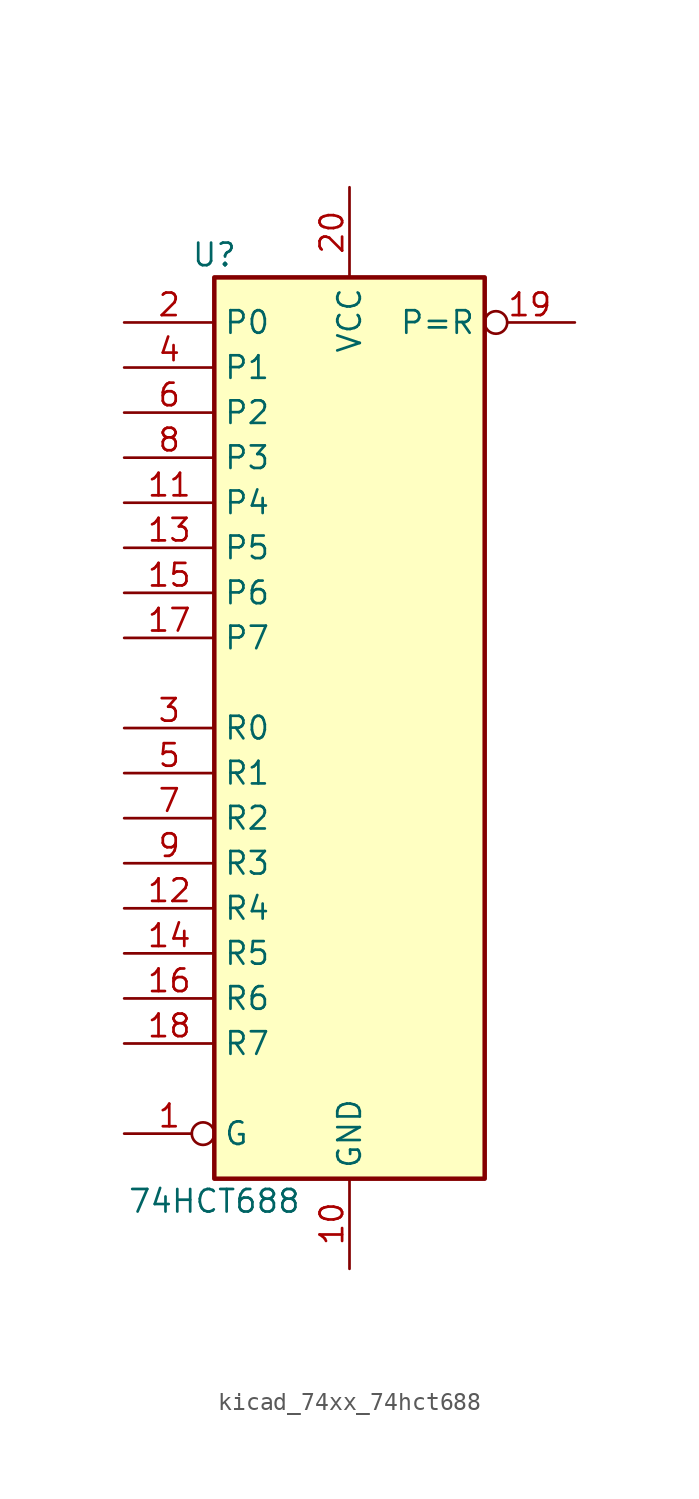
<source format=kicad_sym>
(kicad_symbol_lib
  (version 20220914)
  (generator kicad_symbol_editor)
  (symbol "kicad_74xx_74hct688"
    (property "Reference" "U"
      (at -7.62 26.67 0)
      (effects (font (size 1.27 1.27))))
    (property "Value" "74HCT688"
      (at -7.62 -26.67 0)
      (effects (font (size 1.27 1.27))))
    (symbol "kicad_74xx_74hct688_1_0"
      (pin input inverted (at -12.7 -22.86 0) (length 5.08) (name "G" (effects (font (size 1.27 1.27)))) (number "1" (effects (font (size 1.27 1.27)))))
      (pin power_in line (at 0 -30.48 90) (length 5.08) (name "GND" (effects (font (size 1.27 1.27)))) (number "10" (effects (font (size 1.27 1.27)))))
      (pin input line (at -12.7 12.7 0) (length 5.08) (name "P4" (effects (font (size 1.27 1.27)))) (number "11" (effects (font (size 1.27 1.27)))))
      (pin input line (at -12.7 -10.16 0) (length 5.08) (name "R4" (effects (font (size 1.27 1.27)))) (number "12" (effects (font (size 1.27 1.27)))))
      (pin input line (at -12.7 10.16 0) (length 5.08) (name "P5" (effects (font (size 1.27 1.27)))) (number "13" (effects (font (size 1.27 1.27)))))
      (pin input line (at -12.7 -12.7 0) (length 5.08) (name "R5" (effects (font (size 1.27 1.27)))) (number "14" (effects (font (size 1.27 1.27)))))
      (pin input line (at -12.7 7.62 0) (length 5.08) (name "P6" (effects (font (size 1.27 1.27)))) (number "15" (effects (font (size 1.27 1.27)))))
      (pin input line (at -12.7 -15.24 0) (length 5.08) (name "R6" (effects (font (size 1.27 1.27)))) (number "16" (effects (font (size 1.27 1.27)))))
      (pin input line (at -12.7 5.08 0) (length 5.08) (name "P7" (effects (font (size 1.27 1.27)))) (number "17" (effects (font (size 1.27 1.27)))))
      (pin input line (at -12.7 -17.78 0) (length 5.08) (name "R7" (effects (font (size 1.27 1.27)))) (number "18" (effects (font (size 1.27 1.27)))))
      (pin output inverted (at 12.7 22.86 180) (length 5.08) (name "P=R" (effects (font (size 1.27 1.27)))) (number "19" (effects (font (size 1.27 1.27)))))
      (pin input line (at -12.7 22.86 0) (length 5.08) (name "P0" (effects (font (size 1.27 1.27)))) (number "2" (effects (font (size 1.27 1.27)))))
      (pin power_in line (at 0 30.48 270) (length 5.08) (name "VCC" (effects (font (size 1.27 1.27)))) (number "20" (effects (font (size 1.27 1.27)))))
      (pin input line (at -12.7 0 0) (length 5.08) (name "R0" (effects (font (size 1.27 1.27)))) (number "3" (effects (font (size 1.27 1.27)))))
      (pin input line (at -12.7 20.32 0) (length 5.08) (name "P1" (effects (font (size 1.27 1.27)))) (number "4" (effects (font (size 1.27 1.27)))))
      (pin input line (at -12.7 -2.54 0) (length 5.08) (name "R1" (effects (font (size 1.27 1.27)))) (number "5" (effects (font (size 1.27 1.27)))))
      (pin input line (at -12.7 17.78 0) (length 5.08) (name "P2" (effects (font (size 1.27 1.27)))) (number "6" (effects (font (size 1.27 1.27)))))
      (pin input line (at -12.7 -5.08 0) (length 5.08) (name "R2" (effects (font (size 1.27 1.27)))) (number "7" (effects (font (size 1.27 1.27)))))
      (pin input line (at -12.7 15.24 0) (length 5.08) (name "P3" (effects (font (size 1.27 1.27)))) (number "8" (effects (font (size 1.27 1.27)))))
      (pin input line (at -12.7 -7.62 0) (length 5.08) (name "R3" (effects (font (size 1.27 1.27)))) (number "9" (effects (font (size 1.27 1.27))))))
    (symbol "kicad_74xx_74hct688_1_1"
      (rectangle (start -7.62 25.4) (end 7.62 -25.4) (stroke (width 0.254) (type default)) (fill (type background))))))
</source>
